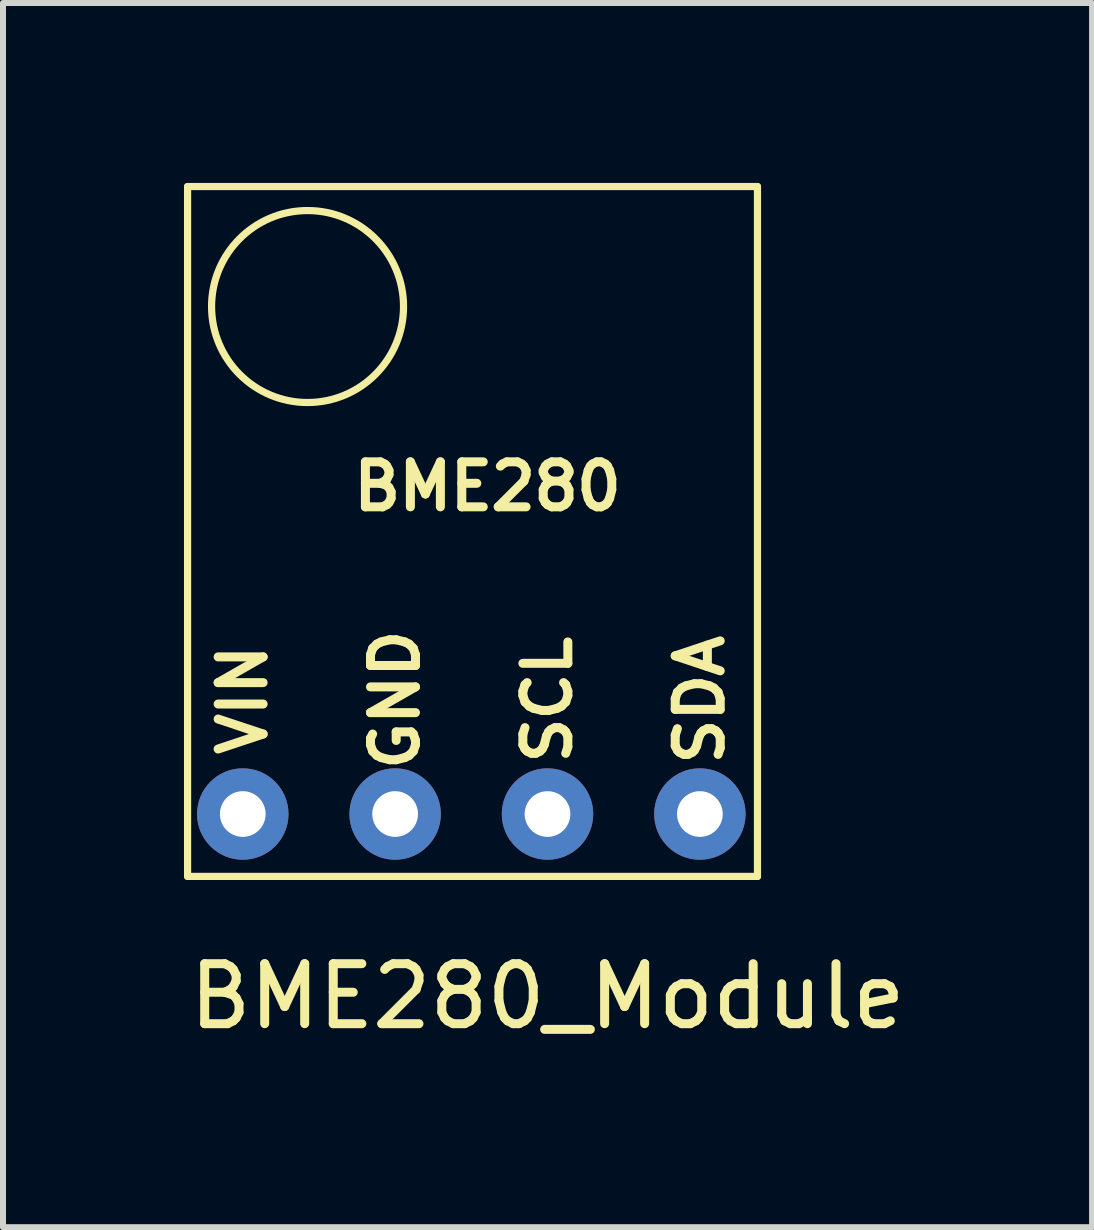
<source format=kicad_pcb>
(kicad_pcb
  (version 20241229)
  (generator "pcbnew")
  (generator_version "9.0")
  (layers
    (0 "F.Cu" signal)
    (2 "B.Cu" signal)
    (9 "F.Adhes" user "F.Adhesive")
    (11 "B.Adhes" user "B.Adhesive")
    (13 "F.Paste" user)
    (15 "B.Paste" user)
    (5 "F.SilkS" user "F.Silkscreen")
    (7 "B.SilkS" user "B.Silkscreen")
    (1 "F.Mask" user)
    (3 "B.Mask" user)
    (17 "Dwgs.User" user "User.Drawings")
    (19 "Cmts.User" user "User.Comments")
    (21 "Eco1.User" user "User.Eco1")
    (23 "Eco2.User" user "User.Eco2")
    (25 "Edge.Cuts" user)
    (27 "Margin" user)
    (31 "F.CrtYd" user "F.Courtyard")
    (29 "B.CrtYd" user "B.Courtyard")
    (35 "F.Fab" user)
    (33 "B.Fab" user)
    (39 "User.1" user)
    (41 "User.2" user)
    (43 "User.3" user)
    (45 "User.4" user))
  (footprint "BME280_Module"
    (layer "F.Cu")
    (at 6.077 13.06)
    (property "Reference" "BME280_Module" (at 0 0.5 0) (layer "F.SilkS") (effects (font (size 1 1) (thickness 0.15))))
    (attr through_hole)
    (fp_line (start -6 -13) (end -6 -1.5) (stroke (width 0.12) (type solid)) (layer "F.SilkS"))
    (fp_line (start -6 -1.5) (end 3.5 -1.5) (stroke (width 0.12) (type solid)) (layer "F.SilkS"))
    (fp_line (start 3.5 -13) (end -6 -13) (stroke (width 0.12) (type solid)) (layer "F.SilkS"))
    (fp_line (start 3.5 -1.5) (end 3.5 -13) (stroke (width 0.12) (type solid)) (layer "F.SilkS"))
    (fp_circle (center -4 -11) (end -2.4 -11) (stroke (width 0.12) (type solid)) (fill no) (layer "F.SilkS"))
    (fp_text user "GND" (at -2.54 -4.445 270) (layer "F.SilkS") (effects (font (size 0.75 0.75) (thickness 0.15))))
    (fp_text user "BME280" (at -1 -8 0) (layer "F.SilkS") (effects (font (size 0.75 0.75) (thickness 0.15))))
    (fp_text user "SCL" (at 0 -4.445 90) (layer "F.SilkS") (effects (font (size 0.75 0.75) (thickness 0.15))))
    (fp_text user "VIN" (at -5.08 -4.445 270) (layer "F.SilkS") (effects (font (size 0.75 0.75) (thickness 0.15))))
    (fp_text user "SDA" (at 2.54 -4.445 90) (layer "F.SilkS") (effects (font (size 0.75 0.75) (thickness 0.15))))
    (pad "1" thru_hole circle (at -5.08 -2.54) (size 1.524 1.524) (drill 0.762) (layers "*.Cu" "*.Mask"))
    (pad "2" thru_hole circle (at -2.54 -2.54) (size 1.524 1.524) (drill 0.762) (layers "*.Cu" "*.Mask"))
    (pad "3" thru_hole circle (at 0 -2.54) (size 1.524 1.524) (drill 0.762) (layers "*.Cu" "*.Mask"))
    (pad "4" thru_hole circle (at 2.54 -2.54) (size 1.524 1.524) (drill 0.762) (layers "*.Cu" "*.Mask")))
  (gr_rect
    (start -3 -3)
    (end 15.155 17.408)
    (stroke (width 0.1) (type default))
    (fill no)
    (layer "Edge.Cuts")))
</source>
